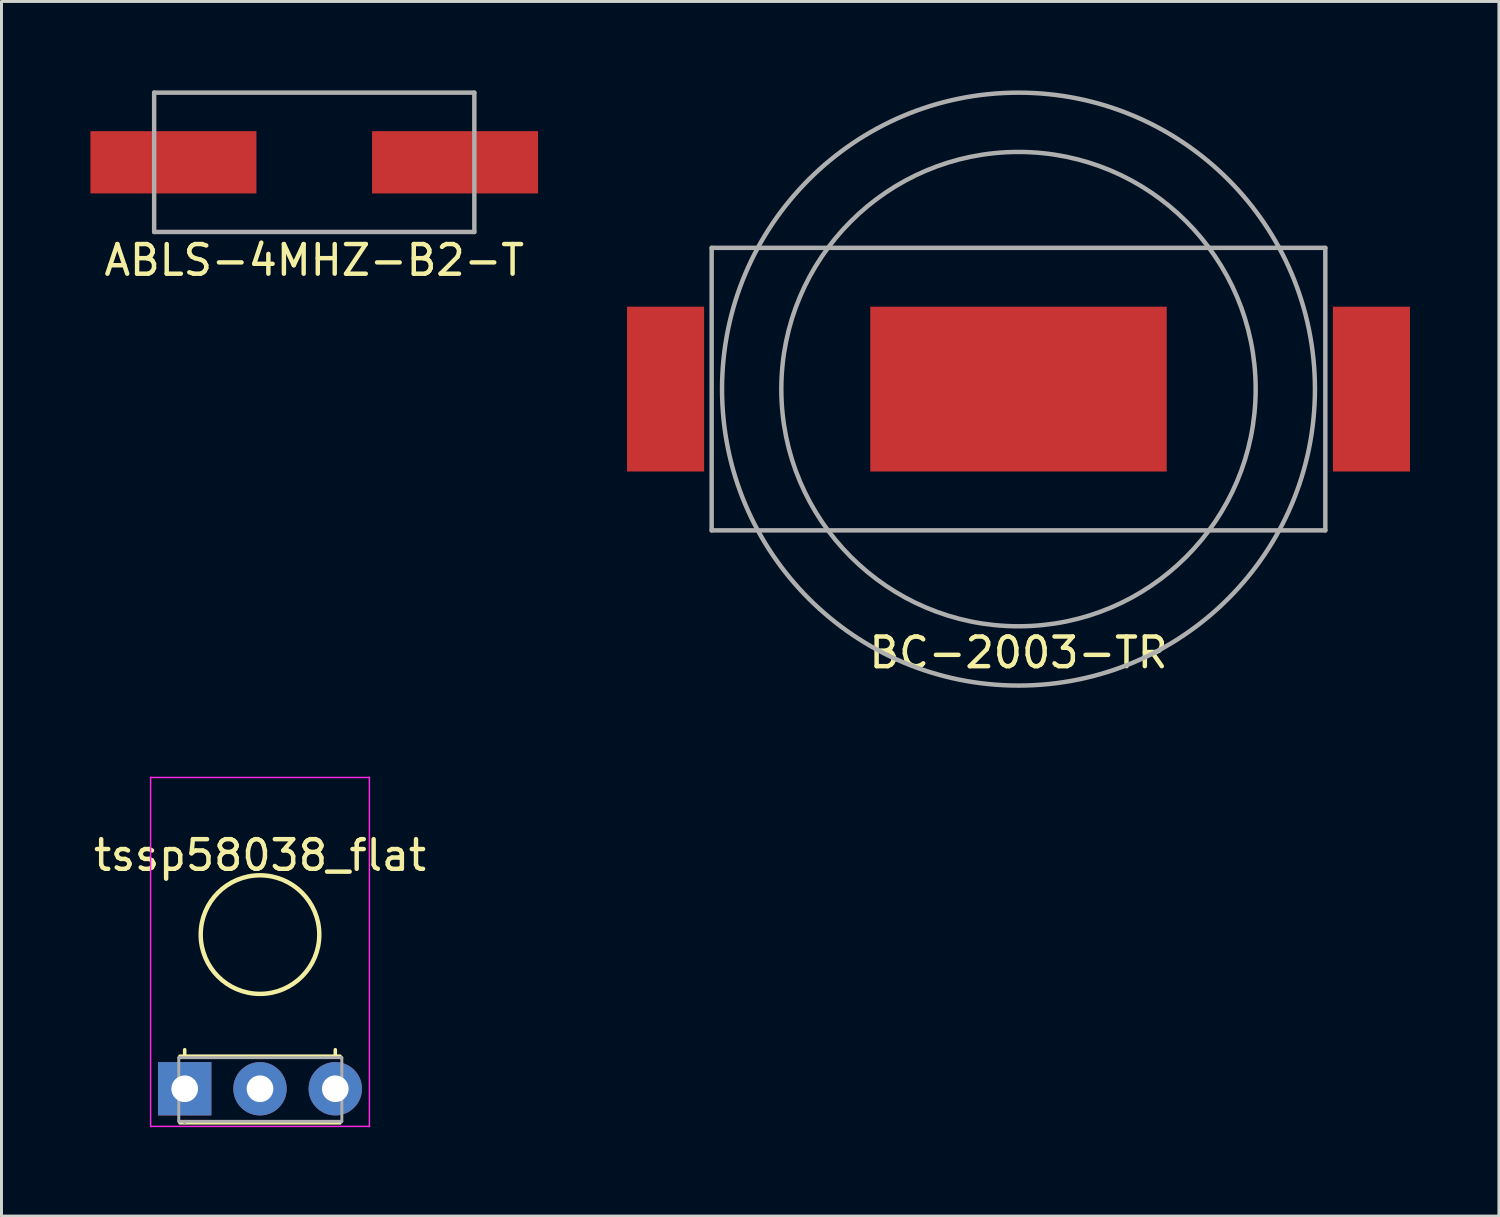
<source format=kicad_pcb>
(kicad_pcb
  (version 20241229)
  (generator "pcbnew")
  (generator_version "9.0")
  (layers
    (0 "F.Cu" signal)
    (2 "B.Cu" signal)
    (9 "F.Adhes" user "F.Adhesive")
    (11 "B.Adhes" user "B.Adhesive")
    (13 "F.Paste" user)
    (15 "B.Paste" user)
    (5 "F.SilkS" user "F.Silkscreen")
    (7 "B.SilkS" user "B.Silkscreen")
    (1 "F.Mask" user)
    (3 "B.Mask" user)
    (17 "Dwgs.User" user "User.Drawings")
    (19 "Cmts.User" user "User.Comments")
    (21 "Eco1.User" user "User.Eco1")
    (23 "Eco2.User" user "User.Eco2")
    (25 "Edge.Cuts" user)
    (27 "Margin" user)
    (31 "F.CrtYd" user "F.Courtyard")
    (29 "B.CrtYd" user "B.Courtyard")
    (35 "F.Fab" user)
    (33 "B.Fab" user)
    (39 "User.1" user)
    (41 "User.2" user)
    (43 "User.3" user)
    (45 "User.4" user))
  (footprint "tssp58038_flat"
    (layer "F.Cu")
    (at 3.18 33.675)
    (property "Reference" "tssp58038_flat" (at 2.54 -7.874 180) (layer "F.SilkS") (effects (font (size 1 1) (thickness 0.15))))
    (attr through_hole)
    (fp_line (start 0 -1.116) (end 0 -1.316) (stroke (width 0.12) (type solid)) (layer "F.SilkS"))
    (fp_line (start 5.08 -1.116) (end 5.08 -1.316) (stroke (width 0.12) (type solid)) (layer "F.SilkS"))
    (fp_line (start 5.24 -1.1) (end -0.16 -1.1) (stroke (width 0.12) (type solid)) (layer "F.SilkS"))
    (fp_line (start 5.24 1.15) (end -0.16 1.15) (stroke (width 0.12) (type solid)) (layer "F.SilkS"))
    (fp_circle (center 2.54 -5.2) (end 2.54 -7.2) (stroke (width 0.15) (type solid)) (fill no) (layer "F.SilkS"))
    (fp_line (start -1.15 -10.5) (end -1.15 1.27) (stroke (width 0.05) (type solid)) (layer "F.CrtYd"))
    (fp_line (start -1.15 -10.5) (end 6.23 -10.5) (stroke (width 0.05) (type solid)) (layer "F.CrtYd"))
    (fp_line (start 6.23 1.27) (end 6.23 -10.5) (stroke (width 0.05) (type solid)) (layer "F.CrtYd"))
    (fp_line (start 6.237 1.27) (end -1.143 1.27) (stroke (width 0.05) (type solid)) (layer "F.CrtYd"))
    (fp_line (start -0.2 -1.05) (end 5.25 -1.05) (stroke (width 0.1) (type solid)) (layer "F.Fab"))
    (fp_line (start -0.2 1.1) (end -0.2 -1.05) (stroke (width 0.1) (type solid)) (layer "F.Fab"))
    (fp_line (start 0 1.1) (end -0.2 1.1) (stroke (width 0.1) (type solid)) (layer "F.Fab"))
    (fp_line (start 0 1.15) (end 0 1.1) (stroke (width 0.1) (type solid)) (layer "F.Fab"))
    (fp_line (start 5 1.1) (end 0 1.1) (stroke (width 0.1) (type solid)) (layer "F.Fab"))
    (fp_line (start 5.25 -1.05) (end 5.3 -1.05) (stroke (width 0.1) (type solid)) (layer "F.Fab"))
    (fp_line (start 5.3 -1.05) (end 5.3 1.1) (stroke (width 0.1) (type solid)) (layer "F.Fab"))
    (fp_line (start 5.3 1.1) (end 5 1.1) (stroke (width 0.1) (type solid)) (layer "F.Fab"))
    (pad "1" thru_hole rect (at 0 0) (size 1.8 1.8) (drill 0.9) (layers "*.Cu" "*.Mask"))
    (pad "2" thru_hole circle (at 2.54 0) (size 1.8 1.8) (drill 0.9) (layers "*.Cu" "*.Mask"))
    (pad "3" thru_hole circle (at 5.08 0) (size 1.8 1.8) (drill 0.9) (layers "*.Cu" "*.Mask")))
  (footprint "BC-2003-TR"
    (layer "F.Cu")
    (at 31.305 10.075)
    (property "Reference" "BC-2003-TR" (at 0 8.89 0) (layer "F.SilkS") (effects (font (size 1 1) (thickness 0.15))))
    (attr through_hole)
    (fp_line (start -10.35 -4.765) (end -10.35 4.765) (stroke (width 0.15) (type solid)) (layer "F.Fab"))
    (fp_line (start -10.35 -4.765) (end 10.35 -4.765) (stroke (width 0.15) (type solid)) (layer "F.Fab"))
    (fp_line (start -10.35 4.765) (end 10.35 4.765) (stroke (width 0.15) (type solid)) (layer "F.Fab"))
    (fp_line (start 10.35 -4.765) (end 10.35 4.765) (stroke (width 0.15) (type solid)) (layer "F.Fab"))
    (fp_circle (center 0 0) (end 8 0) (stroke (width 0.15) (type solid)) (fill no) (layer "F.Fab"))
    (fp_circle (center 0 0) (end 10 0) (stroke (width 0.15) (type solid)) (fill no) (layer "F.Fab"))
    (pad "1" smd rect (at -11.905 0) (size 2.6 5.56) (layers "F.Cu" "F.Mask" "F.Paste"))
    (pad "1" smd rect (at 11.905 0) (size 2.6 5.56) (layers "F.Cu" "F.Mask" "F.Paste"))
    (pad "2" smd rect (at 0 0) (size 10 5.56) (layers "F.Cu" "F.Mask" "F.Paste")))
  (footprint "ABLS-4MHZ-B2-T"
    (layer "F.Cu")
    (at 7.55 2.425)
    (property "Reference" "ABLS-4MHZ-B2-T" (at 0 3.302 0) (layer "F.SilkS") (effects (font (size 1 1) (thickness 0.15))))
    (attr through_hole)
    (fp_line (start -5.4 -2.35) (end -5.4 2.35) (stroke (width 0.15) (type solid)) (layer "F.Fab"))
    (fp_line (start -5.4 -2.35) (end 5.4 -2.35) (stroke (width 0.15) (type solid)) (layer "F.Fab"))
    (fp_line (start -5.4 2.35) (end 5.4 2.35) (stroke (width 0.15) (type solid)) (layer "F.Fab"))
    (fp_line (start 5.4 -2.35) (end 5.4 2.35) (stroke (width 0.15) (type solid)) (layer "F.Fab"))
    (pad "1" smd rect (at -4.75 0) (size 5.6 2.1) (layers "F.Cu" "F.Mask" "F.Paste"))
    (pad "2" smd rect (at 4.75 0) (size 5.6 2.1) (layers "F.Cu" "F.Mask" "F.Paste")))
  (gr_rect
    (start -3 -3)
    (end 47.51 37.97)
    (stroke (width 0.1) (type default))
    (fill no)
    (layer "Edge.Cuts")))
</source>
